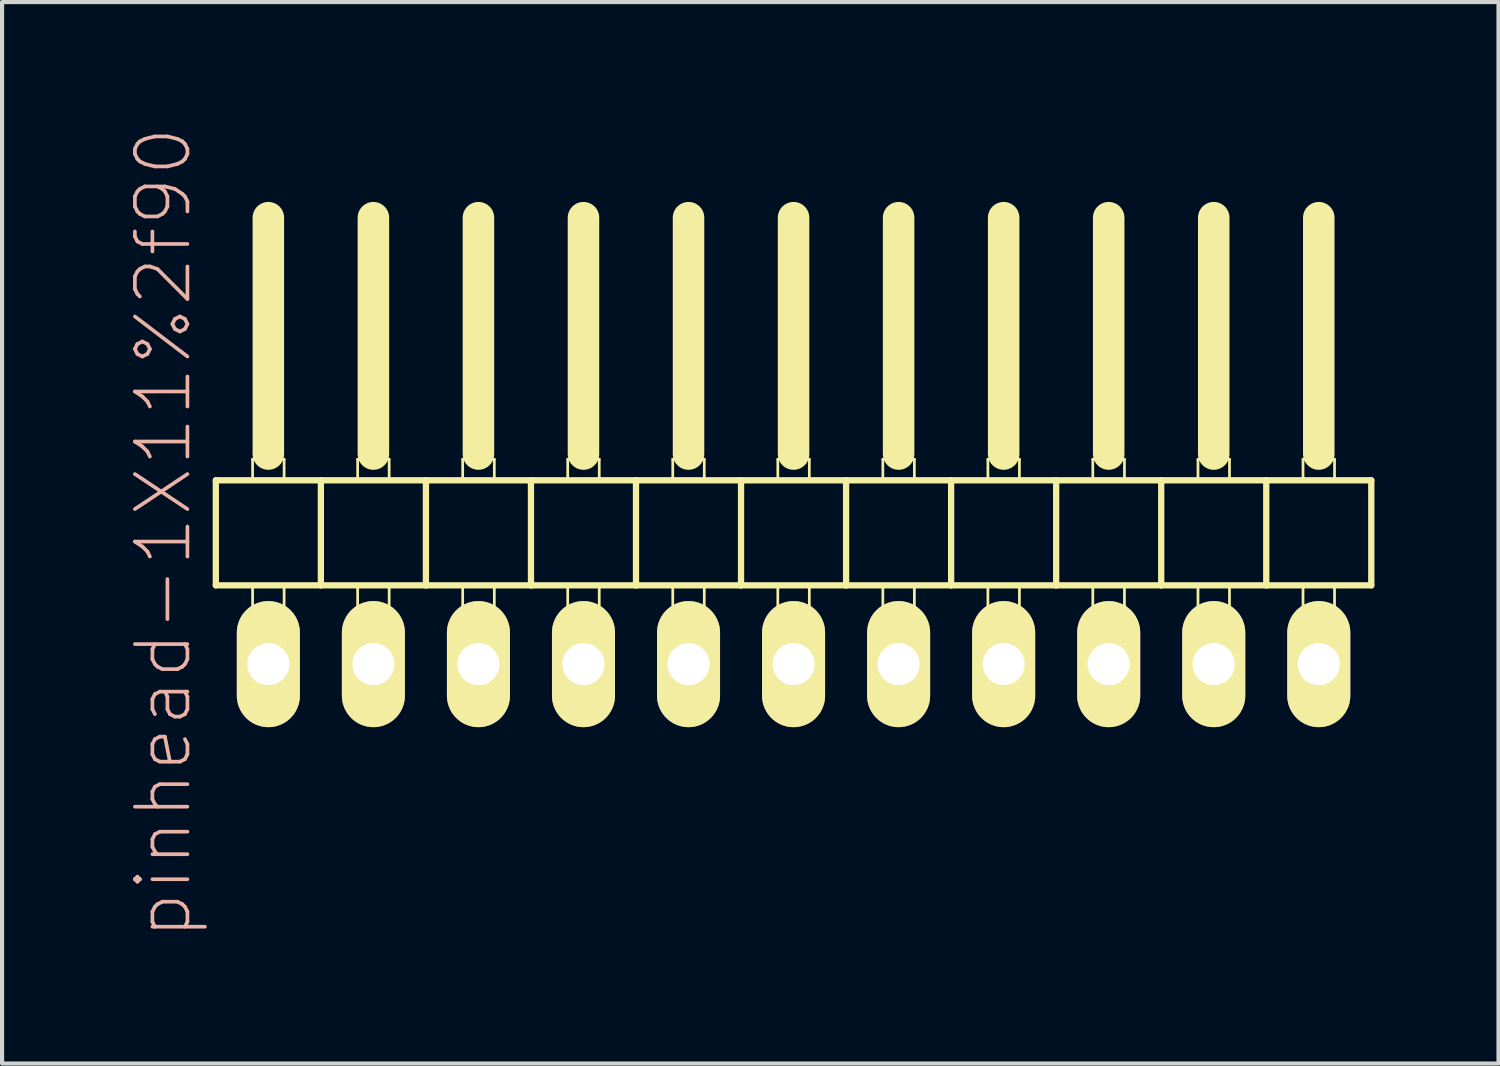
<source format=kicad_pcb>
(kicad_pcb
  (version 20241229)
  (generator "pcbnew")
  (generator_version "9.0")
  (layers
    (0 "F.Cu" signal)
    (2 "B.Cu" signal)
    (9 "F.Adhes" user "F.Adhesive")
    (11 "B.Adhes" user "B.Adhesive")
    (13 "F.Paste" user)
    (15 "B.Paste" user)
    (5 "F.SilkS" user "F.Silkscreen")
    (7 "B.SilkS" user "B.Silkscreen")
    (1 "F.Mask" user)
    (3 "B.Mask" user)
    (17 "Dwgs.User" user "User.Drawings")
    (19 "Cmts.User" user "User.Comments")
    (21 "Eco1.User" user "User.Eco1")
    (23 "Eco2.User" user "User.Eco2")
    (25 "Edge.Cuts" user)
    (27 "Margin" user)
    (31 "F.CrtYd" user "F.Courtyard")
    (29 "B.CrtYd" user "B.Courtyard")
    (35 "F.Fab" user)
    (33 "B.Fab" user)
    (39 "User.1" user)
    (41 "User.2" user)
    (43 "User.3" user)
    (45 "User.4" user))
  (footprint "pinhead-1X11%2f90"
    (layer "F.Cu")
    (at 16.139 9.199)
    (property "Reference" "pinhead-1X11%2f90" (at -15.24 0.635 90) (layer "B.SilkS") (effects (font (size 1.27 1.27) (thickness 0.089))))
    (attr exclude_from_pos_files exclude_from_bom)
    (fp_line (start -13.97 -0.635) (end -13.97 1.905) (stroke (width 0.152) (type solid)) (layer "F.SilkS"))
    (fp_line (start -13.97 1.905) (end -11.43 1.905) (stroke (width 0.152) (type solid)) (layer "F.SilkS"))
    (fp_line (start -13.081 -1.143) (end -12.319 -1.143) (stroke (width 0.066) (type solid)) (layer "F.SilkS"))
    (fp_line (start -13.081 -0.635) (end -13.081 -1.143) (stroke (width 0.066) (type solid)) (layer "F.SilkS"))
    (fp_line (start -13.081 -0.635) (end -12.319 -0.635) (stroke (width 0.066) (type solid)) (layer "F.SilkS"))
    (fp_line (start -13.081 1.905) (end -12.319 1.905) (stroke (width 0.066) (type solid)) (layer "F.SilkS"))
    (fp_line (start -13.081 2.921) (end -13.081 1.905) (stroke (width 0.066) (type solid)) (layer "F.SilkS"))
    (fp_line (start -13.081 2.921) (end -12.319 2.921) (stroke (width 0.066) (type solid)) (layer "F.SilkS"))
    (fp_line (start -12.7 -6.985) (end -12.7 -1.27) (stroke (width 0.762) (type solid)) (layer "F.SilkS"))
    (fp_line (start -12.319 -0.635) (end -12.319 -1.143) (stroke (width 0.066) (type solid)) (layer "F.SilkS"))
    (fp_line (start -12.319 2.921) (end -12.319 1.905) (stroke (width 0.066) (type solid)) (layer "F.SilkS"))
    (fp_line (start -11.43 -0.635) (end -13.97 -0.635) (stroke (width 0.152) (type solid)) (layer "F.SilkS"))
    (fp_line (start -11.43 1.905) (end -11.43 -0.635) (stroke (width 0.152) (type solid)) (layer "F.SilkS"))
    (fp_line (start -11.43 1.905) (end -8.89 1.905) (stroke (width 0.152) (type solid)) (layer "F.SilkS"))
    (fp_line (start -10.541 -1.143) (end -9.779 -1.143) (stroke (width 0.066) (type solid)) (layer "F.SilkS"))
    (fp_line (start -10.541 -0.635) (end -10.541 -1.143) (stroke (width 0.066) (type solid)) (layer "F.SilkS"))
    (fp_line (start -10.541 -0.635) (end -9.779 -0.635) (stroke (width 0.066) (type solid)) (layer "F.SilkS"))
    (fp_line (start -10.541 1.905) (end -9.779 1.905) (stroke (width 0.066) (type solid)) (layer "F.SilkS"))
    (fp_line (start -10.541 2.921) (end -10.541 1.905) (stroke (width 0.066) (type solid)) (layer "F.SilkS"))
    (fp_line (start -10.541 2.921) (end -9.779 2.921) (stroke (width 0.066) (type solid)) (layer "F.SilkS"))
    (fp_line (start -10.16 -6.985) (end -10.16 -1.27) (stroke (width 0.762) (type solid)) (layer "F.SilkS"))
    (fp_line (start -9.779 -0.635) (end -9.779 -1.143) (stroke (width 0.066) (type solid)) (layer "F.SilkS"))
    (fp_line (start -9.779 2.921) (end -9.779 1.905) (stroke (width 0.066) (type solid)) (layer "F.SilkS"))
    (fp_line (start -8.89 -0.635) (end -11.43 -0.635) (stroke (width 0.152) (type solid)) (layer "F.SilkS"))
    (fp_line (start -8.89 1.905) (end -8.89 -0.635) (stroke (width 0.152) (type solid)) (layer "F.SilkS"))
    (fp_line (start -8.89 1.905) (end -6.35 1.905) (stroke (width 0.152) (type solid)) (layer "F.SilkS"))
    (fp_line (start -8.001 -1.143) (end -7.236 -1.143) (stroke (width 0.066) (type solid)) (layer "F.SilkS"))
    (fp_line (start -8.001 -0.635) (end -8.001 -1.143) (stroke (width 0.066) (type solid)) (layer "F.SilkS"))
    (fp_line (start -8.001 -0.635) (end -7.236 -0.635) (stroke (width 0.066) (type solid)) (layer "F.SilkS"))
    (fp_line (start -8.001 1.905) (end -7.236 1.905) (stroke (width 0.066) (type solid)) (layer "F.SilkS"))
    (fp_line (start -8.001 2.921) (end -8.001 1.905) (stroke (width 0.066) (type solid)) (layer "F.SilkS"))
    (fp_line (start -8.001 2.921) (end -7.236 2.921) (stroke (width 0.066) (type solid)) (layer "F.SilkS"))
    (fp_line (start -7.62 -6.985) (end -7.62 -1.27) (stroke (width 0.762) (type solid)) (layer "F.SilkS"))
    (fp_line (start -7.236 -0.635) (end -7.236 -1.143) (stroke (width 0.066) (type solid)) (layer "F.SilkS"))
    (fp_line (start -7.236 2.921) (end -7.236 1.905) (stroke (width 0.066) (type solid)) (layer "F.SilkS"))
    (fp_line (start -6.35 -0.635) (end -8.89 -0.635) (stroke (width 0.152) (type solid)) (layer "F.SilkS"))
    (fp_line (start -6.35 1.905) (end -6.35 -0.635) (stroke (width 0.152) (type solid)) (layer "F.SilkS"))
    (fp_line (start -6.35 1.905) (end -3.81 1.905) (stroke (width 0.152) (type solid)) (layer "F.SilkS"))
    (fp_line (start -5.461 -1.143) (end -4.699 -1.143) (stroke (width 0.066) (type solid)) (layer "F.SilkS"))
    (fp_line (start -5.461 -0.635) (end -5.461 -1.143) (stroke (width 0.066) (type solid)) (layer "F.SilkS"))
    (fp_line (start -5.461 -0.635) (end -4.699 -0.635) (stroke (width 0.066) (type solid)) (layer "F.SilkS"))
    (fp_line (start -5.461 1.905) (end -4.699 1.905) (stroke (width 0.066) (type solid)) (layer "F.SilkS"))
    (fp_line (start -5.461 2.921) (end -5.461 1.905) (stroke (width 0.066) (type solid)) (layer "F.SilkS"))
    (fp_line (start -5.461 2.921) (end -4.699 2.921) (stroke (width 0.066) (type solid)) (layer "F.SilkS"))
    (fp_line (start -5.08 -6.985) (end -5.08 -1.27) (stroke (width 0.762) (type solid)) (layer "F.SilkS"))
    (fp_line (start -4.699 -0.635) (end -4.699 -1.143) (stroke (width 0.066) (type solid)) (layer "F.SilkS"))
    (fp_line (start -4.699 2.921) (end -4.699 1.905) (stroke (width 0.066) (type solid)) (layer "F.SilkS"))
    (fp_line (start -3.81 -0.635) (end -6.35 -0.635) (stroke (width 0.152) (type solid)) (layer "F.SilkS"))
    (fp_line (start -3.81 1.905) (end -3.81 -0.635) (stroke (width 0.152) (type solid)) (layer "F.SilkS"))
    (fp_line (start -3.81 1.905) (end -1.27 1.905) (stroke (width 0.152) (type solid)) (layer "F.SilkS"))
    (fp_line (start -2.921 -1.143) (end -2.159 -1.143) (stroke (width 0.066) (type solid)) (layer "F.SilkS"))
    (fp_line (start -2.921 -0.635) (end -2.921 -1.143) (stroke (width 0.066) (type solid)) (layer "F.SilkS"))
    (fp_line (start -2.921 -0.635) (end -2.159 -0.635) (stroke (width 0.066) (type solid)) (layer "F.SilkS"))
    (fp_line (start -2.921 1.905) (end -2.159 1.905) (stroke (width 0.066) (type solid)) (layer "F.SilkS"))
    (fp_line (start -2.921 2.921) (end -2.921 1.905) (stroke (width 0.066) (type solid)) (layer "F.SilkS"))
    (fp_line (start -2.921 2.921) (end -2.159 2.921) (stroke (width 0.066) (type solid)) (layer "F.SilkS"))
    (fp_line (start -2.54 -6.985) (end -2.54 -1.27) (stroke (width 0.762) (type solid)) (layer "F.SilkS"))
    (fp_line (start -2.159 -0.635) (end -2.159 -1.143) (stroke (width 0.066) (type solid)) (layer "F.SilkS"))
    (fp_line (start -2.159 2.921) (end -2.159 1.905) (stroke (width 0.066) (type solid)) (layer "F.SilkS"))
    (fp_line (start -1.27 -0.635) (end -3.81 -0.635) (stroke (width 0.152) (type solid)) (layer "F.SilkS"))
    (fp_line (start -1.27 1.905) (end -1.27 -0.635) (stroke (width 0.152) (type solid)) (layer "F.SilkS"))
    (fp_line (start -1.27 1.905) (end 1.27 1.905) (stroke (width 0.152) (type solid)) (layer "F.SilkS"))
    (fp_line (start -0.381 -1.143) (end 0.381 -1.143) (stroke (width 0.066) (type solid)) (layer "F.SilkS"))
    (fp_line (start -0.381 -0.635) (end -0.381 -1.143) (stroke (width 0.066) (type solid)) (layer "F.SilkS"))
    (fp_line (start -0.381 -0.635) (end 0.381 -0.635) (stroke (width 0.066) (type solid)) (layer "F.SilkS"))
    (fp_line (start -0.381 1.905) (end 0.381 1.905) (stroke (width 0.066) (type solid)) (layer "F.SilkS"))
    (fp_line (start -0.381 2.921) (end -0.381 1.905) (stroke (width 0.066) (type solid)) (layer "F.SilkS"))
    (fp_line (start -0.381 2.921) (end 0.381 2.921) (stroke (width 0.066) (type solid)) (layer "F.SilkS"))
    (fp_line (start 0 -6.985) (end 0 -1.27) (stroke (width 0.762) (type solid)) (layer "F.SilkS"))
    (fp_line (start 0.381 -0.635) (end 0.381 -1.143) (stroke (width 0.066) (type solid)) (layer "F.SilkS"))
    (fp_line (start 0.381 2.921) (end 0.381 1.905) (stroke (width 0.066) (type solid)) (layer "F.SilkS"))
    (fp_line (start 1.27 -0.635) (end -1.27 -0.635) (stroke (width 0.152) (type solid)) (layer "F.SilkS"))
    (fp_line (start 1.27 1.905) (end 1.27 -0.635) (stroke (width 0.152) (type solid)) (layer "F.SilkS"))
    (fp_line (start 1.27 1.905) (end 3.81 1.905) (stroke (width 0.152) (type solid)) (layer "F.SilkS"))
    (fp_line (start 2.159 -1.143) (end 2.921 -1.143) (stroke (width 0.066) (type solid)) (layer "F.SilkS"))
    (fp_line (start 2.159 -0.635) (end 2.159 -1.143) (stroke (width 0.066) (type solid)) (layer "F.SilkS"))
    (fp_line (start 2.159 -0.635) (end 2.921 -0.635) (stroke (width 0.066) (type solid)) (layer "F.SilkS"))
    (fp_line (start 2.159 1.905) (end 2.921 1.905) (stroke (width 0.066) (type solid)) (layer "F.SilkS"))
    (fp_line (start 2.159 2.921) (end 2.159 1.905) (stroke (width 0.066) (type solid)) (layer "F.SilkS"))
    (fp_line (start 2.159 2.921) (end 2.921 2.921) (stroke (width 0.066) (type solid)) (layer "F.SilkS"))
    (fp_line (start 2.54 -6.985) (end 2.54 -1.27) (stroke (width 0.762) (type solid)) (layer "F.SilkS"))
    (fp_line (start 2.921 -0.635) (end 2.921 -1.143) (stroke (width 0.066) (type solid)) (layer "F.SilkS"))
    (fp_line (start 2.921 2.921) (end 2.921 1.905) (stroke (width 0.066) (type solid)) (layer "F.SilkS"))
    (fp_line (start 3.81 -0.635) (end 1.27 -0.635) (stroke (width 0.152) (type solid)) (layer "F.SilkS"))
    (fp_line (start 3.81 1.905) (end 3.81 -0.635) (stroke (width 0.152) (type solid)) (layer "F.SilkS"))
    (fp_line (start 3.81 1.905) (end 6.35 1.905) (stroke (width 0.152) (type solid)) (layer "F.SilkS"))
    (fp_line (start 4.699 -1.143) (end 5.461 -1.143) (stroke (width 0.066) (type solid)) (layer "F.SilkS"))
    (fp_line (start 4.699 -0.635) (end 4.699 -1.143) (stroke (width 0.066) (type solid)) (layer "F.SilkS"))
    (fp_line (start 4.699 -0.635) (end 5.461 -0.635) (stroke (width 0.066) (type solid)) (layer "F.SilkS"))
    (fp_line (start 4.699 1.905) (end 5.461 1.905) (stroke (width 0.066) (type solid)) (layer "F.SilkS"))
    (fp_line (start 4.699 2.921) (end 4.699 1.905) (stroke (width 0.066) (type solid)) (layer "F.SilkS"))
    (fp_line (start 4.699 2.921) (end 5.461 2.921) (stroke (width 0.066) (type solid)) (layer "F.SilkS"))
    (fp_line (start 5.08 -6.985) (end 5.08 -1.27) (stroke (width 0.762) (type solid)) (layer "F.SilkS"))
    (fp_line (start 5.461 -0.635) (end 5.461 -1.143) (stroke (width 0.066) (type solid)) (layer "F.SilkS"))
    (fp_line (start 5.461 2.921) (end 5.461 1.905) (stroke (width 0.066) (type solid)) (layer "F.SilkS"))
    (fp_line (start 6.35 -0.635) (end 3.81 -0.635) (stroke (width 0.152) (type solid)) (layer "F.SilkS"))
    (fp_line (start 6.35 1.905) (end 6.35 -0.635) (stroke (width 0.152) (type solid)) (layer "F.SilkS"))
    (fp_line (start 6.35 1.905) (end 8.89 1.905) (stroke (width 0.152) (type solid)) (layer "F.SilkS"))
    (fp_line (start 7.236 -1.143) (end 8.001 -1.143) (stroke (width 0.066) (type solid)) (layer "F.SilkS"))
    (fp_line (start 7.236 -0.635) (end 7.236 -1.143) (stroke (width 0.066) (type solid)) (layer "F.SilkS"))
    (fp_line (start 7.236 -0.635) (end 8.001 -0.635) (stroke (width 0.066) (type solid)) (layer "F.SilkS"))
    (fp_line (start 7.236 1.905) (end 8.001 1.905) (stroke (width 0.066) (type solid)) (layer "F.SilkS"))
    (fp_line (start 7.236 2.921) (end 7.236 1.905) (stroke (width 0.066) (type solid)) (layer "F.SilkS"))
    (fp_line (start 7.236 2.921) (end 8.001 2.921) (stroke (width 0.066) (type solid)) (layer "F.SilkS"))
    (fp_line (start 7.62 -6.985) (end 7.62 -1.27) (stroke (width 0.762) (type solid)) (layer "F.SilkS"))
    (fp_line (start 8.001 -0.635) (end 8.001 -1.143) (stroke (width 0.066) (type solid)) (layer "F.SilkS"))
    (fp_line (start 8.001 2.921) (end 8.001 1.905) (stroke (width 0.066) (type solid)) (layer "F.SilkS"))
    (fp_line (start 8.89 -0.635) (end 6.35 -0.635) (stroke (width 0.152) (type solid)) (layer "F.SilkS"))
    (fp_line (start 8.89 1.905) (end 8.89 -0.635) (stroke (width 0.152) (type solid)) (layer "F.SilkS"))
    (fp_line (start 8.89 1.905) (end 11.43 1.905) (stroke (width 0.152) (type solid)) (layer "F.SilkS"))
    (fp_line (start 9.779 -1.143) (end 10.541 -1.143) (stroke (width 0.066) (type solid)) (layer "F.SilkS"))
    (fp_line (start 9.779 -0.635) (end 9.779 -1.143) (stroke (width 0.066) (type solid)) (layer "F.SilkS"))
    (fp_line (start 9.779 -0.635) (end 10.541 -0.635) (stroke (width 0.066) (type solid)) (layer "F.SilkS"))
    (fp_line (start 9.779 1.905) (end 10.541 1.905) (stroke (width 0.066) (type solid)) (layer "F.SilkS"))
    (fp_line (start 9.779 2.921) (end 9.779 1.905) (stroke (width 0.066) (type solid)) (layer "F.SilkS"))
    (fp_line (start 9.779 2.921) (end 10.541 2.921) (stroke (width 0.066) (type solid)) (layer "F.SilkS"))
    (fp_line (start 10.16 -6.985) (end 10.16 -1.27) (stroke (width 0.762) (type solid)) (layer "F.SilkS"))
    (fp_line (start 10.541 -0.635) (end 10.541 -1.143) (stroke (width 0.066) (type solid)) (layer "F.SilkS"))
    (fp_line (start 10.541 2.921) (end 10.541 1.905) (stroke (width 0.066) (type solid)) (layer "F.SilkS"))
    (fp_line (start 11.43 -0.635) (end 8.89 -0.635) (stroke (width 0.152) (type solid)) (layer "F.SilkS"))
    (fp_line (start 11.43 1.905) (end 11.43 -0.635) (stroke (width 0.152) (type solid)) (layer "F.SilkS"))
    (fp_line (start 11.43 1.905) (end 13.97 1.905) (stroke (width 0.152) (type solid)) (layer "F.SilkS"))
    (fp_line (start 12.319 -1.143) (end 13.081 -1.143) (stroke (width 0.066) (type solid)) (layer "F.SilkS"))
    (fp_line (start 12.319 -0.635) (end 12.319 -1.143) (stroke (width 0.066) (type solid)) (layer "F.SilkS"))
    (fp_line (start 12.319 -0.635) (end 13.081 -0.635) (stroke (width 0.066) (type solid)) (layer "F.SilkS"))
    (fp_line (start 12.319 1.905) (end 13.081 1.905) (stroke (width 0.066) (type solid)) (layer "F.SilkS"))
    (fp_line (start 12.319 2.921) (end 12.319 1.905) (stroke (width 0.066) (type solid)) (layer "F.SilkS"))
    (fp_line (start 12.319 2.921) (end 13.081 2.921) (stroke (width 0.066) (type solid)) (layer "F.SilkS"))
    (fp_line (start 12.7 -6.985) (end 12.7 -1.27) (stroke (width 0.762) (type solid)) (layer "F.SilkS"))
    (fp_line (start 13.081 -0.635) (end 13.081 -1.143) (stroke (width 0.066) (type solid)) (layer "F.SilkS"))
    (fp_line (start 13.081 2.921) (end 13.081 1.905) (stroke (width 0.066) (type solid)) (layer "F.SilkS"))
    (fp_line (start 13.97 -0.635) (end 11.43 -0.635) (stroke (width 0.152) (type solid)) (layer "F.SilkS"))
    (fp_line (start 13.97 1.905) (end 13.97 -0.635) (stroke (width 0.152) (type solid)) (layer "F.SilkS"))
    (pad "1" thru_hole oval (at -12.7 3.81) (size 1.524 3.048) (drill 1.016) (layers "*.Cu" "F.Mask" "F.SilkS" "F.Paste"))
    (pad "2" thru_hole oval (at -10.16 3.81) (size 1.524 3.048) (drill 1.016) (layers "*.Cu" "F.Mask" "F.SilkS" "F.Paste"))
    (pad "3" thru_hole oval (at -7.62 3.81) (size 1.524 3.048) (drill 1.016) (layers "*.Cu" "F.Mask" "F.SilkS" "F.Paste"))
    (pad "4" thru_hole oval (at -5.08 3.81) (size 1.524 3.048) (drill 1.016) (layers "*.Cu" "F.Mask" "F.SilkS" "F.Paste"))
    (pad "5" thru_hole oval (at -2.54 3.81) (size 1.524 3.048) (drill 1.016) (layers "*.Cu" "F.Mask" "F.SilkS" "F.Paste"))
    (pad "6" thru_hole oval (at 0 3.81) (size 1.524 3.048) (drill 1.016) (layers "*.Cu" "F.Mask" "F.SilkS" "F.Paste"))
    (pad "7" thru_hole oval (at 2.54 3.81) (size 1.524 3.048) (drill 1.016) (layers "*.Cu" "F.Mask" "F.SilkS" "F.Paste"))
    (pad "8" thru_hole oval (at 5.08 3.81) (size 1.524 3.048) (drill 1.016) (layers "*.Cu" "F.Mask" "F.SilkS" "F.Paste"))
    (pad "9" thru_hole oval (at 7.62 3.81) (size 1.524 3.048) (drill 1.016) (layers "*.Cu" "F.Mask" "F.SilkS" "F.Paste"))
    (pad "10" thru_hole oval (at 10.16 3.81) (size 1.524 3.048) (drill 1.016) (layers "*.Cu" "F.Mask" "F.SilkS" "F.Paste"))
    (pad "11" thru_hole oval (at 12.7 3.81) (size 1.524 3.048) (drill 1.016) (layers "*.Cu" "F.Mask" "F.SilkS" "F.Paste")))
  (gr_rect
    (start -3 -3)
    (end 33.185 22.667)
    (stroke (width 0.1) (type default))
    (fill no)
    (layer "Edge.Cuts")))
</source>
